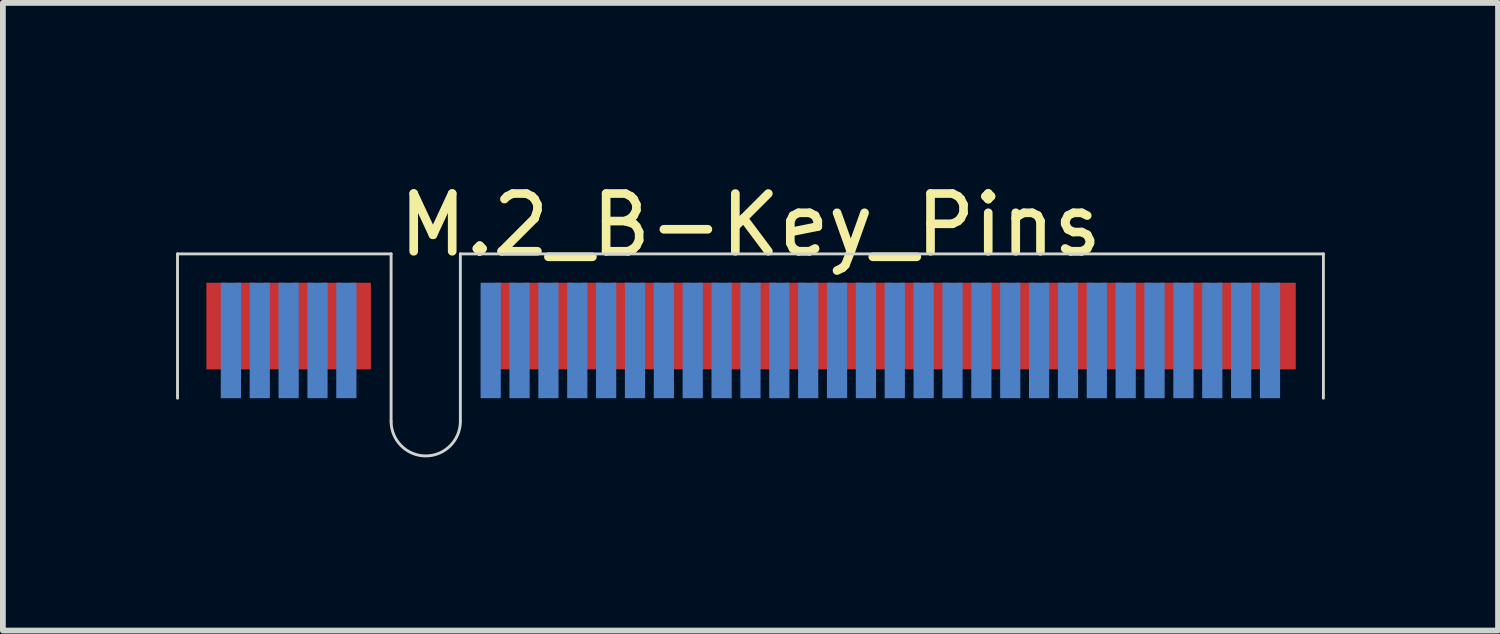
<source format=kicad_pcb>
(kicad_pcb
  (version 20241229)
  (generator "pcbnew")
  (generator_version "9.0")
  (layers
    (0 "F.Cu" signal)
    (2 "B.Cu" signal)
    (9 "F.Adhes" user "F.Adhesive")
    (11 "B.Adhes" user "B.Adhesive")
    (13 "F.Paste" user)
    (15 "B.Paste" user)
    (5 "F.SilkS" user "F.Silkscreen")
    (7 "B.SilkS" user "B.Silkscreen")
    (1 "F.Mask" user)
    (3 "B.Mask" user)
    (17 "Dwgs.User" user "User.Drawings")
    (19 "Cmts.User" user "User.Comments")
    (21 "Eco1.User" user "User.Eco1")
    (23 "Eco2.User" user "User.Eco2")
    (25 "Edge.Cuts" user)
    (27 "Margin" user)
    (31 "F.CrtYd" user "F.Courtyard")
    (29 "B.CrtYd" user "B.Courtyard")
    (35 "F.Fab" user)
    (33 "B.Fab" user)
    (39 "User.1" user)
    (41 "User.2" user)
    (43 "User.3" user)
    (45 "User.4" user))
  (footprint "M.2_B-Key_Pins"
    (layer "F.Cu")
    (at 9.95 3.848)
    (property "Reference" "M.2_B-Key_Pins" (at 0 -3 0) (layer "F.SilkS") (effects (font (size 1 1) (thickness 0.15))))
    (attr through_hole)
    (fp_line (start -9.925 0) (end -9.925 -2.5) (stroke (width 0.05) (type default)) (layer "Edge.Cuts"))
    (fp_line (start -6.225 -2.5) (end -9.925 -2.5) (stroke (width 0.05) (type default)) (layer "Edge.Cuts"))
    (fp_line (start -6.225 -2.5) (end -6.225 0.4) (stroke (width 0.05) (type default)) (layer "Edge.Cuts"))
    (fp_line (start -5.025 -2.5) (end -5.025 0.4) (stroke (width 0.05) (type default)) (layer "Edge.Cuts"))
    (fp_line (start -5.025 -2.5) (end 9.925 -2.5) (stroke (width 0.05) (type default)) (layer "Edge.Cuts"))
    (fp_line (start 9.925 0) (end 9.925 -2.5) (stroke (width 0.05) (type default)) (layer "Edge.Cuts"))
    (fp_arc (start -5.025 0.4) (mid -5.625 1) (end -6.225 0.4) (stroke (width 0.05) (type default)) (layer "Edge.Cuts"))
    (pad "1" smd rect (at -9.25 -1) (size 0.35 1.5) (drill (offset 0 -0.25)) (layers "F.Cu" "F.Mask" "F.Paste"))
    (pad "2" smd rect (at -9 -1) (size 0.35 2) (layers "B.Cu" "B.Mask" "B.Paste"))
    (pad "3" smd rect (at -8.75 -1) (size 0.35 1.5) (drill (offset 0 -0.25)) (layers "F.Cu" "F.Mask" "F.Paste"))
    (pad "4" smd rect (at -8.5 -1) (size 0.35 2) (layers "B.Cu" "B.Mask" "B.Paste"))
    (pad "5" smd rect (at -8.25 -1) (size 0.35 1.5) (drill (offset 0 -0.25)) (layers "F.Cu" "F.Mask" "F.Paste"))
    (pad "6" smd rect (at -8 -1) (size 0.35 2) (layers "B.Cu" "B.Mask" "B.Paste"))
    (pad "7" smd rect (at -7.75 -1) (size 0.35 1.5) (drill (offset 0 -0.25)) (layers "F.Cu" "F.Mask" "F.Paste"))
    (pad "8" smd rect (at -7.5 -1) (size 0.35 2) (layers "B.Cu" "B.Mask" "B.Paste"))
    (pad "9" smd rect (at -7.25 -1) (size 0.35 1.5) (drill (offset 0 -0.25)) (layers "F.Cu" "F.Mask" "F.Paste"))
    (pad "10" smd rect (at -7 -1) (size 0.35 2) (layers "B.Cu" "B.Mask" "B.Paste"))
    (pad "11" smd rect (at -6.75 -1) (size 0.35 1.5) (drill (offset 0 -0.25)) (layers "F.Cu" "F.Mask" "F.Paste"))
    (pad "20" smd rect (at -4.5 -1) (size 0.35 2) (layers "B.Cu" "B.Mask" "B.Paste"))
    (pad "21" smd rect (at -4.25 -1) (size 0.35 1.5) (drill (offset 0 -0.25)) (layers "F.Cu" "F.Mask" "F.Paste"))
    (pad "22" smd rect (at -4 -1) (size 0.35 2) (layers "B.Cu" "B.Mask" "B.Paste"))
    (pad "23" smd rect (at -3.75 -1) (size 0.35 1.5) (drill (offset 0 -0.25)) (layers "F.Cu" "F.Mask" "F.Paste"))
    (pad "24" smd rect (at -3.5 -1) (size 0.35 2) (layers "B.Cu" "B.Mask" "B.Paste"))
    (pad "25" smd rect (at -3.246 -1) (size 0.35 1.5) (drill (offset 0 -0.25)) (layers "F.Cu" "F.Mask" "F.Paste"))
    (pad "26" smd rect (at -3 -1) (size 0.35 2) (layers "B.Cu" "B.Mask" "B.Paste"))
    (pad "27" smd rect (at -2.742 -1) (size 0.35 1.5) (drill (offset 0 -0.25)) (layers "F.Cu" "F.Mask" "F.Paste"))
    (pad "28" smd rect (at -2.5 -1) (size 0.35 2) (layers "B.Cu" "B.Mask" "B.Paste"))
    (pad "29" smd rect (at -2.237 -1) (size 0.35 1.5) (drill (offset 0 -0.25)) (layers "F.Cu" "F.Mask" "F.Paste"))
    (pad "30" smd rect (at -2 -1) (size 0.35 2) (layers "B.Cu" "B.Mask" "B.Paste"))
    (pad "31" smd rect (at -1.733 -1) (size 0.35 1.5) (drill (offset 0 -0.25)) (layers "F.Cu" "F.Mask" "F.Paste"))
    (pad "32" smd rect (at -1.5 -1) (size 0.35 2) (layers "B.Cu" "B.Mask" "B.Paste"))
    (pad "33" smd rect (at -1.229 -1) (size 0.35 1.5) (drill (offset 0 -0.25)) (layers "F.Cu" "F.Mask" "F.Paste"))
    (pad "34" smd rect (at -1 -1) (size 0.35 2) (layers "B.Cu" "B.Mask" "B.Paste"))
    (pad "35" smd rect (at -0.729 -1) (size 0.35 1.5) (drill (offset 0 -0.25)) (layers "F.Cu" "F.Mask" "F.Paste"))
    (pad "36" smd rect (at -0.5 -1) (size 0.35 2) (layers "B.Cu" "B.Mask" "B.Paste"))
    (pad "37" smd rect (at -0.229 -1) (size 0.35 1.5) (drill (offset 0 -0.25)) (layers "F.Cu" "F.Mask" "F.Paste"))
    (pad "38" smd rect (at 0 -1) (size 0.35 2) (layers "B.Cu" "B.Mask" "B.Paste"))
    (pad "39" smd rect (at 0.271 -1) (size 0.35 1.5) (drill (offset 0 -0.25)) (layers "F.Cu" "F.Mask" "F.Paste"))
    (pad "40" smd rect (at 0.5 -1) (size 0.35 2) (layers "B.Cu" "B.Mask" "B.Paste"))
    (pad "41" smd rect (at 0.771 -1) (size 0.35 1.5) (drill (offset 0 -0.25)) (layers "F.Cu" "F.Mask" "F.Paste"))
    (pad "42" smd rect (at 1 -1) (size 0.35 2) (layers "B.Cu" "B.Mask" "B.Paste"))
    (pad "43" smd rect (at 1.271 -1) (size 0.35 1.5) (drill (offset 0 -0.25)) (layers "F.Cu" "F.Mask" "F.Paste"))
    (pad "44" smd rect (at 1.5 -1) (size 0.35 2) (layers "B.Cu" "B.Mask" "B.Paste"))
    (pad "45" smd rect (at 1.771 -1) (size 0.35 1.5) (drill (offset 0 -0.25)) (layers "F.Cu" "F.Mask" "F.Paste"))
    (pad "46" smd rect (at 2 -1) (size 0.35 2) (layers "B.Cu" "B.Mask" "B.Paste"))
    (pad "47" smd rect (at 2.271 -1) (size 0.35 1.5) (drill (offset 0 -0.25)) (layers "F.Cu" "F.Mask" "F.Paste"))
    (pad "48" smd rect (at 2.5 -1) (size 0.35 2) (layers "B.Cu" "B.Mask" "B.Paste"))
    (pad "49" smd rect (at 2.771 -1) (size 0.35 1.5) (drill (offset 0 -0.25)) (layers "F.Cu" "F.Mask" "F.Paste"))
    (pad "50" smd rect (at 3 -1) (size 0.35 2) (layers "B.Cu" "B.Mask" "B.Paste"))
    (pad "51" smd rect (at 3.271 -1) (size 0.35 1.5) (drill (offset 0 -0.25)) (layers "F.Cu" "F.Mask" "F.Paste"))
    (pad "52" smd rect (at 3.5 -1) (size 0.35 2) (layers "B.Cu" "B.Mask" "B.Paste"))
    (pad "53" smd rect (at 3.771 -1) (size 0.35 1.5) (drill (offset 0 -0.25)) (layers "F.Cu" "F.Mask" "F.Paste"))
    (pad "54" smd rect (at 4 -1) (size 0.35 2) (layers "B.Cu" "B.Mask" "B.Paste"))
    (pad "55" smd rect (at 4.271 -1) (size 0.35 1.5) (drill (offset 0 -0.25)) (layers "F.Cu" "F.Mask" "F.Paste"))
    (pad "56" smd rect (at 4.5 -1) (size 0.35 2) (layers "B.Cu" "B.Mask" "B.Paste"))
    (pad "57" smd rect (at 4.771 -1) (size 0.35 1.5) (drill (offset 0 -0.25)) (layers "F.Cu" "F.Mask" "F.Paste"))
    (pad "58" smd rect (at 5 -1) (size 0.35 2) (layers "B.Cu" "B.Mask" "B.Paste"))
    (pad "59" smd rect (at 5.271 -1) (size 0.35 1.5) (drill (offset 0 -0.25)) (layers "F.Cu" "F.Mask" "F.Paste"))
    (pad "60" smd rect (at 5.5 -1) (size 0.35 2) (layers "B.Cu" "B.Mask" "B.Paste"))
    (pad "61" smd rect (at 5.771 -1) (size 0.35 1.5) (drill (offset 0 -0.25)) (layers "F.Cu" "F.Mask" "F.Paste"))
    (pad "62" smd rect (at 6 -1) (size 0.35 2) (layers "B.Cu" "B.Mask" "B.Paste"))
    (pad "63" smd rect (at 6.271 -1) (size 0.35 1.5) (drill (offset 0 -0.25)) (layers "F.Cu" "F.Mask" "F.Paste"))
    (pad "64" smd rect (at 6.5 -1) (size 0.35 2) (layers "B.Cu" "B.Mask" "B.Paste"))
    (pad "65" smd rect (at 6.771 -1) (size 0.35 1.5) (drill (offset 0 -0.25)) (layers "F.Cu" "F.Mask" "F.Paste"))
    (pad "66" smd rect (at 7 -1) (size 0.35 2) (layers "B.Cu" "B.Mask" "B.Paste"))
    (pad "67" smd rect (at 7.271 -1) (size 0.35 1.5) (drill (offset 0 -0.25)) (layers "F.Cu" "F.Mask" "F.Paste"))
    (pad "68" smd rect (at 7.5 -1) (size 0.35 2) (layers "B.Cu" "B.Mask" "B.Paste"))
    (pad "69" smd rect (at 7.771 -1) (size 0.35 1.5) (drill (offset 0 -0.25)) (layers "F.Cu" "F.Mask" "F.Paste"))
    (pad "70" smd rect (at 8 -1) (size 0.35 2) (layers "B.Cu" "B.Mask" "B.Paste"))
    (pad "71" smd rect (at 8.271 -1) (size 0.35 1.5) (drill (offset 0 -0.25)) (layers "F.Cu" "F.Mask" "F.Paste"))
    (pad "72" smd rect (at 8.5 -1) (size 0.35 2) (layers "B.Cu" "B.Mask" "B.Paste"))
    (pad "73" smd rect (at 8.771 -1) (size 0.35 1.5) (drill (offset 0 -0.25)) (layers "F.Cu" "F.Mask" "F.Paste"))
    (pad "74" smd rect (at 9 -1) (size 0.35 2) (layers "B.Cu" "B.Mask" "B.Paste"))
    (pad "75" smd rect (at 9.271 -1) (size 0.35 1.5) (drill (offset 0 -0.25)) (layers "F.Cu" "F.Mask" "F.Paste")))
  (gr_rect
    (start -3 -3)
    (end 22.9 7.873)
    (stroke (width 0.1) (type default))
    (fill no)
    (layer "Edge.Cuts")))
</source>
